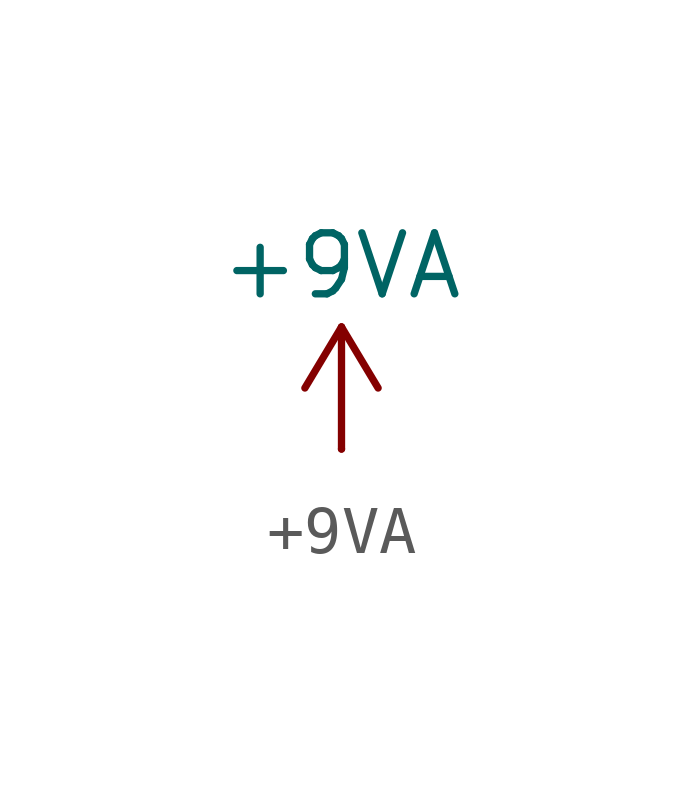
<source format=kicad_sym>
(kicad_symbol_lib
  (version 20231120)
  (generator "kicad_symbol_editor")
  (generator_version "8.0")
  (symbol "+9VA"
    (power)
    (pin_numbers hide)
    (pin_names
      (offset 0) hide)
    (property "Reference" "#PWR"
      (at 0 -3.175 0)
      (effects (font (size 1.27 1.27)) (hide yes)))
    (property "Value" "+9VA"
      (at 0 3.81 0)
      (effects (font (size 1.27 1.27))))
    (symbol "+9VA_0_1"
      (polyline (pts (xy -0.762 1.27) (xy 0 2.54)) (stroke (width 0) (type default)) (fill (type none)))
      (polyline (pts (xy 0 0) (xy 0 2.54)) (stroke (width 0) (type default)) (fill (type none)))
      (polyline (pts (xy 0 2.54) (xy 0.762 1.27)) (stroke (width 0) (type default)) (fill (type none))))
    (symbol "+9VA_1_1"
      (pin power_in line (at 0 0 90) (length 0) (name "~" (effects (font (size 1.27 1.27)))) (number "1" (effects (font (size 1.27 1.27))))))))
</source>
